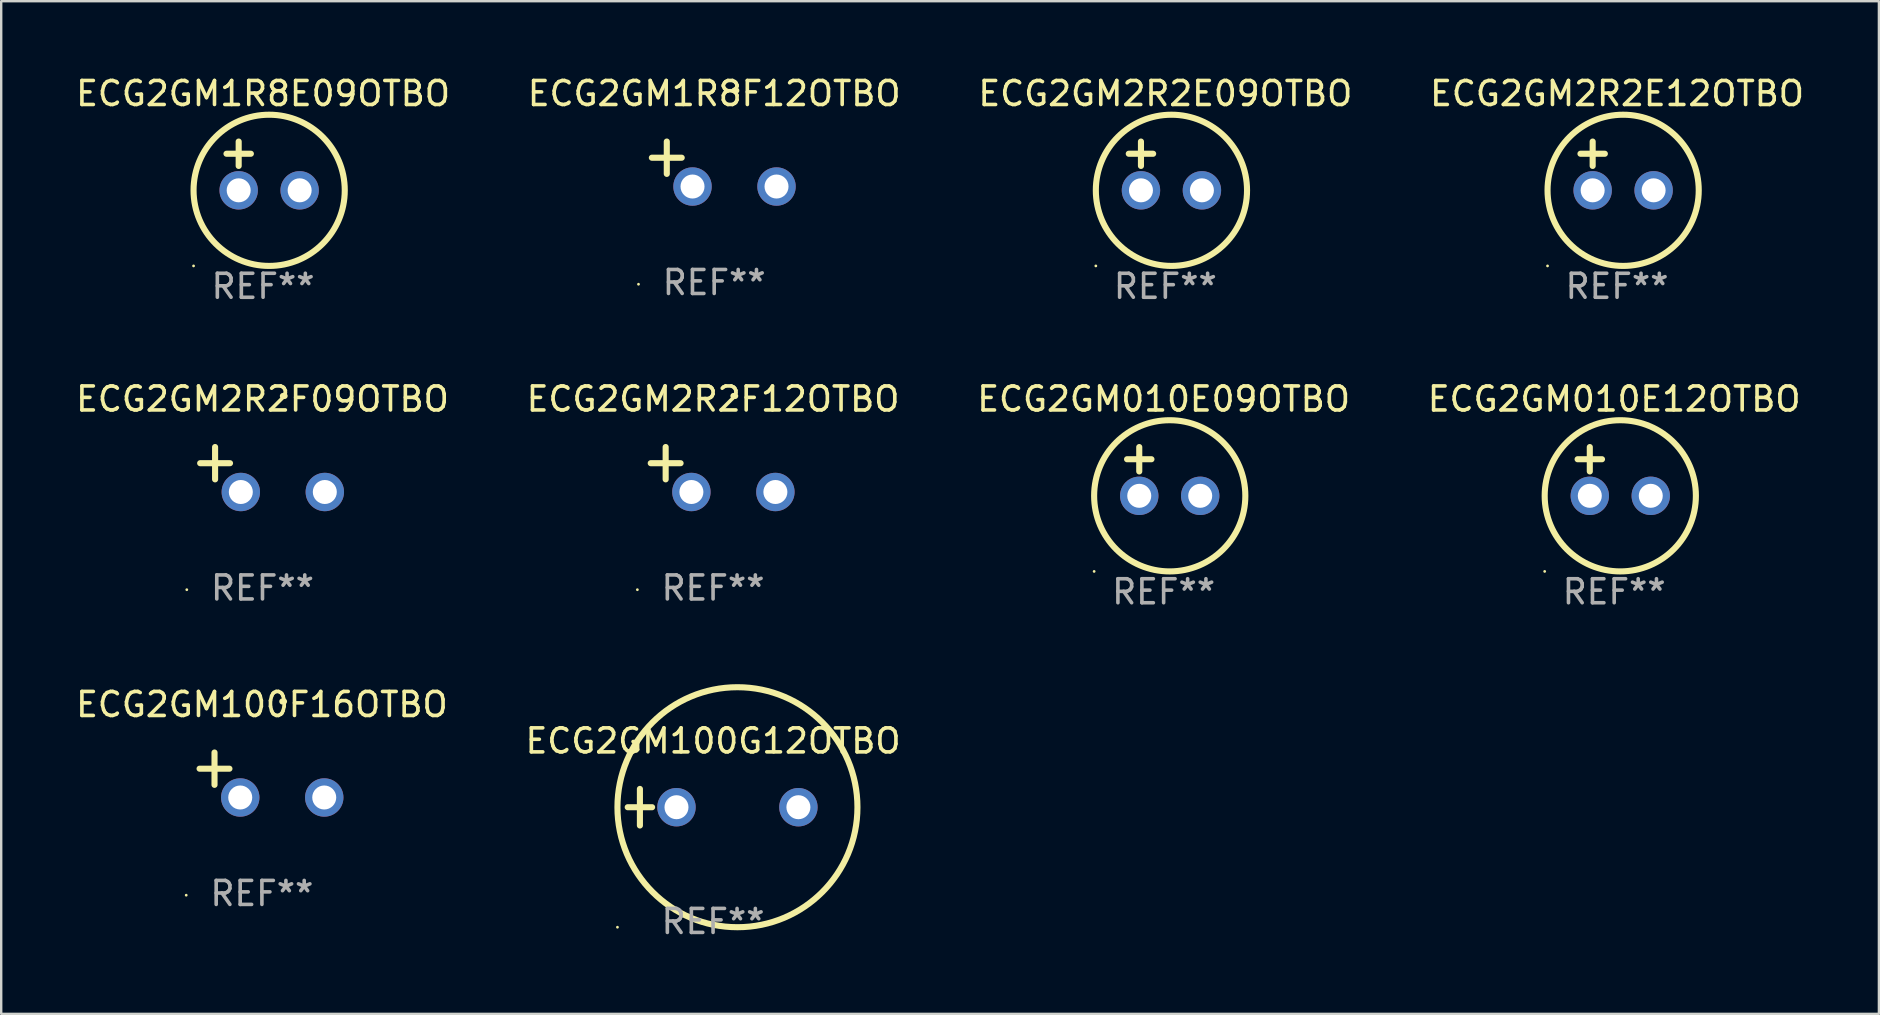
<source format=kicad_pcb>
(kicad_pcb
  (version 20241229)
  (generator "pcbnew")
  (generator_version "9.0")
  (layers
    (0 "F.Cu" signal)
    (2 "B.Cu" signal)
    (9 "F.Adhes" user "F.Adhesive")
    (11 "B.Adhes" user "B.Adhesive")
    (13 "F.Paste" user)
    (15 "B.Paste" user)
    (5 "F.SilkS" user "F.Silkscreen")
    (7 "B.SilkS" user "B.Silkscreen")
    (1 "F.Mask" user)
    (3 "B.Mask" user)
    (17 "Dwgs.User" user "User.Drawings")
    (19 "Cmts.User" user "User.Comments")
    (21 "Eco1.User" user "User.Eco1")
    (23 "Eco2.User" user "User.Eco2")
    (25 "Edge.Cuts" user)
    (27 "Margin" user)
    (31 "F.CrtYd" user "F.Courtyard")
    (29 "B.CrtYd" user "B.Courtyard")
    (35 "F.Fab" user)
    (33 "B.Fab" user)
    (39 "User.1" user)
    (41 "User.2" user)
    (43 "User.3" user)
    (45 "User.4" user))
  (footprint "ECG2GM2R2F09OTBO"
    (layer "F.Cu")
    (at 7.887 16.513)
    (property "Reference" "ECG2GM2R2F09OTBO" (at 0 -2.937 0) (layer "F.SilkS") (effects (font (size 1 1) (thickness 0.15))))
    (attr through_hole)
    (fp_line (start -1.975 0.41) (end -1.975 -0.937) (stroke (width 0.254) (type solid)) (layer "F.SilkS"))
    (fp_line (start -1.353 -0.263) (end -2.597 -0.263) (stroke (width 0.254) (type solid)) (layer "F.SilkS"))
    (fp_arc (start 0.849809 -3.063957) (mid 0.885369 -3.064114) (end 0.920929 -3.063957) (stroke (width 0.254001) (type solid)) (layer "F.SilkS"))
    (fp_circle (center -3.154 5.008) (end -3.124 5.008) (stroke (width 0.06) (type solid)) (fill no) (layer "F.SilkS"))
    (fp_text user "REF**" (at 0 4.937 0) (layer "F.Fab") (effects (font (size 1 1) (thickness 0.15))))
    (pad "1" thru_hole circle (at -0.903 0.937) (size 1.6 1.6) (drill 1) (layers "*.Cu" "*.Mask"))
    (pad "2" thru_hole circle (at 2.597 0.937) (size 1.6 1.6) (drill 1) (layers "*.Cu" "*.Mask")))
  (footprint "ECG2GM2R2E09OTBO"
    (layer "F.Cu")
    (at 45.506 3.864)
    (property "Reference" "ECG2GM2R2E09OTBO" (at 0 -3.016 0) (layer "F.SilkS") (effects (font (size 1 1) (thickness 0.15))))
    (attr through_hole)
    (fp_line (start -1.524 -0.508) (end -0.508 -0.508) (stroke (width 0.254) (type solid)) (layer "F.SilkS"))
    (fp_line (start -1.016 -1.016) (end -1.016 0) (stroke (width 0.254) (type solid)) (layer "F.SilkS"))
    (fp_circle (center -2.896 4.166) (end -2.866 4.166) (stroke (width 0.06) (type solid)) (fill no) (layer "F.SilkS"))
    (fp_circle (center 0.254 1.016) (end 3.404 1.016) (stroke (width 0.254) (type solid)) (fill no) (layer "F.SilkS"))
    (fp_text user "REF**" (at 0 5.016 0) (layer "F.Fab") (effects (font (size 1 1) (thickness 0.15))))
    (pad "1" thru_hole circle (at -1.016 1.016) (size 1.6 1.6) (drill 1) (layers "*.Cu" "*.Mask"))
    (pad "2" thru_hole circle (at 1.524 1.016) (size 1.6 1.6) (drill 1) (layers "*.Cu" "*.Mask")))
  (footprint "ECG2GM100F16OTBO"
    (layer "F.Cu")
    (at 7.863 29.242)
    (property "Reference" "ECG2GM100F16OTBO" (at 0 -2.937 0) (layer "F.SilkS") (effects (font (size 1 1) (thickness 0.15))))
    (attr through_hole)
    (fp_line (start -1.975 0.41) (end -1.975 -0.937) (stroke (width 0.254) (type solid)) (layer "F.SilkS"))
    (fp_line (start -1.353 -0.263) (end -2.597 -0.263) (stroke (width 0.254) (type solid)) (layer "F.SilkS"))
    (fp_arc (start 0.849809 -3.063957) (mid 0.885369 -3.064114) (end 0.920929 -3.063957) (stroke (width 0.254001) (type solid)) (layer "F.SilkS"))
    (fp_circle (center -3.154 5.008) (end -3.124 5.008) (stroke (width 0.06) (type solid)) (fill no) (layer "F.SilkS"))
    (fp_text user "REF**" (at 0 4.937 0) (layer "F.Fab") (effects (font (size 1 1) (thickness 0.15))))
    (pad "1" thru_hole circle (at -0.903 0.937) (size 1.6 1.6) (drill 1) (layers "*.Cu" "*.Mask"))
    (pad "2" thru_hole circle (at 2.597 0.937) (size 1.6 1.6) (drill 1) (layers "*.Cu" "*.Mask")))
  (footprint "ECG2GM010E12OTBO"
    (layer "F.Cu")
    (at 64.208 16.593)
    (property "Reference" "ECG2GM010E12OTBO" (at 0 -3.016 0) (layer "F.SilkS") (effects (font (size 1 1) (thickness 0.15))))
    (attr through_hole)
    (fp_line (start -1.524 -0.508) (end -0.508 -0.508) (stroke (width 0.254) (type solid)) (layer "F.SilkS"))
    (fp_line (start -1.016 -1.016) (end -1.016 0) (stroke (width 0.254) (type solid)) (layer "F.SilkS"))
    (fp_circle (center -2.896 4.166) (end -2.866 4.166) (stroke (width 0.06) (type solid)) (fill no) (layer "F.SilkS"))
    (fp_circle (center 0.254 1.016) (end 3.404 1.016) (stroke (width 0.254) (type solid)) (fill no) (layer "F.SilkS"))
    (fp_text user "REF**" (at 0 5.016 0) (layer "F.Fab") (effects (font (size 1 1) (thickness 0.15))))
    (pad "1" thru_hole circle (at -1.016 1.016) (size 1.6 1.6) (drill 1) (layers "*.Cu" "*.Mask"))
    (pad "2" thru_hole circle (at 1.524 1.016) (size 1.6 1.6) (drill 1) (layers "*.Cu" "*.Mask")))
  (footprint "ECG2GM2R2E12OTBO"
    (layer "F.Cu")
    (at 64.327 3.864)
    (property "Reference" "ECG2GM2R2E12OTBO" (at 0 -3.016 0) (layer "F.SilkS") (effects (font (size 1 1) (thickness 0.15))))
    (attr through_hole)
    (fp_line (start -1.524 -0.508) (end -0.508 -0.508) (stroke (width 0.254) (type solid)) (layer "F.SilkS"))
    (fp_line (start -1.016 -1.016) (end -1.016 0) (stroke (width 0.254) (type solid)) (layer "F.SilkS"))
    (fp_circle (center -2.896 4.166) (end -2.866 4.166) (stroke (width 0.06) (type solid)) (fill no) (layer "F.SilkS"))
    (fp_circle (center 0.254 1.016) (end 3.404 1.016) (stroke (width 0.254) (type solid)) (fill no) (layer "F.SilkS"))
    (fp_text user "REF**" (at 0 5.016 0) (layer "F.Fab") (effects (font (size 1 1) (thickness 0.15))))
    (pad "1" thru_hole circle (at -1.016 1.016) (size 1.6 1.6) (drill 1) (layers "*.Cu" "*.Mask"))
    (pad "2" thru_hole circle (at 1.524 1.016) (size 1.6 1.6) (drill 1) (layers "*.Cu" "*.Mask")))
  (footprint "ECG2GM100G12OTBO"
    (layer "F.Cu")
    (at 26.661 30.584)
    (property "Reference" "ECG2GM100G12OTBO" (at 0 -2.762 0) (layer "F.SilkS") (effects (font (size 1 1) (thickness 0.15))))
    (attr through_hole)
    (fp_line (start -3.556 0) (end -2.54 0) (stroke (width 0.254) (type solid)) (layer "F.SilkS"))
    (fp_line (start -3.048 -0.762) (end -3.048 0.762) (stroke (width 0.254) (type solid)) (layer "F.SilkS"))
    (fp_circle (center -3.984 5) (end -3.954 5) (stroke (width 0.06) (type solid)) (fill no) (layer "F.SilkS"))
    (fp_circle (center 1.016 0) (end 6.016 0) (stroke (width 0.254) (type solid)) (fill no) (layer "F.SilkS"))
    (fp_text user "REF**" (at 0 4.762 0) (layer "F.Fab") (effects (font (size 1 1) (thickness 0.15))))
    (pad "1" thru_hole circle (at -1.524 0) (size 1.6 1.6) (drill 1) (layers "*.Cu" "*.Mask"))
    (pad "2" thru_hole circle (at 3.556 0) (size 1.6 1.6) (drill 1) (layers "*.Cu" "*.Mask")))
  (footprint "ECG2GM010E09OTBO"
    (layer "F.Cu")
    (at 45.435 16.593)
    (property "Reference" "ECG2GM010E09OTBO" (at 0 -3.016 0) (layer "F.SilkS") (effects (font (size 1 1) (thickness 0.15))))
    (attr through_hole)
    (fp_line (start -1.524 -0.508) (end -0.508 -0.508) (stroke (width 0.254) (type solid)) (layer "F.SilkS"))
    (fp_line (start -1.016 -1.016) (end -1.016 0) (stroke (width 0.254) (type solid)) (layer "F.SilkS"))
    (fp_circle (center -2.896 4.166) (end -2.866 4.166) (stroke (width 0.06) (type solid)) (fill no) (layer "F.SilkS"))
    (fp_circle (center 0.254 1.016) (end 3.404 1.016) (stroke (width 0.254) (type solid)) (fill no) (layer "F.SilkS"))
    (fp_text user "REF**" (at 0 5.016 0) (layer "F.Fab") (effects (font (size 1 1) (thickness 0.15))))
    (pad "1" thru_hole circle (at -1.016 1.016) (size 1.6 1.6) (drill 1) (layers "*.Cu" "*.Mask"))
    (pad "2" thru_hole circle (at 1.524 1.016) (size 1.6 1.6) (drill 1) (layers "*.Cu" "*.Mask")))
  (footprint "ECG2GM2R2F12OTBO"
    (layer "F.Cu")
    (at 26.661 16.513)
    (property "Reference" "ECG2GM2R2F12OTBO" (at 0 -2.937 0) (layer "F.SilkS") (effects (font (size 1 1) (thickness 0.15))))
    (attr through_hole)
    (fp_line (start -1.975 0.41) (end -1.975 -0.937) (stroke (width 0.254) (type solid)) (layer "F.SilkS"))
    (fp_line (start -1.353 -0.263) (end -2.597 -0.263) (stroke (width 0.254) (type solid)) (layer "F.SilkS"))
    (fp_arc (start 0.849809 -3.063957) (mid 0.885369 -3.064114) (end 0.920929 -3.063957) (stroke (width 0.254001) (type solid)) (layer "F.SilkS"))
    (fp_circle (center -3.154 5.008) (end -3.124 5.008) (stroke (width 0.06) (type solid)) (fill no) (layer "F.SilkS"))
    (fp_text user "REF**" (at 0 4.937 0) (layer "F.Fab") (effects (font (size 1 1) (thickness 0.15))))
    (pad "1" thru_hole circle (at -0.903 0.937) (size 1.6 1.6) (drill 1) (layers "*.Cu" "*.Mask"))
    (pad "2" thru_hole circle (at 2.597 0.937) (size 1.6 1.6) (drill 1) (layers "*.Cu" "*.Mask")))
  (footprint "ECG2GM1R8E09OTBO"
    (layer "F.Cu")
    (at 7.911 3.864)
    (property "Reference" "ECG2GM1R8E09OTBO" (at 0 -3.016 0) (layer "F.SilkS") (effects (font (size 1 1) (thickness 0.15))))
    (attr through_hole)
    (fp_line (start -1.524 -0.508) (end -0.508 -0.508) (stroke (width 0.254) (type solid)) (layer "F.SilkS"))
    (fp_line (start -1.016 -1.016) (end -1.016 0) (stroke (width 0.254) (type solid)) (layer "F.SilkS"))
    (fp_circle (center -2.896 4.166) (end -2.866 4.166) (stroke (width 0.06) (type solid)) (fill no) (layer "F.SilkS"))
    (fp_circle (center 0.254 1.016) (end 3.404 1.016) (stroke (width 0.254) (type solid)) (fill no) (layer "F.SilkS"))
    (fp_text user "REF**" (at 0 5.016 0) (layer "F.Fab") (effects (font (size 1 1) (thickness 0.15))))
    (pad "1" thru_hole circle (at -1.016 1.016) (size 1.6 1.6) (drill 1) (layers "*.Cu" "*.Mask"))
    (pad "2" thru_hole circle (at 1.524 1.016) (size 1.6 1.6) (drill 1) (layers "*.Cu" "*.Mask")))
  (footprint "ECG2GM1R8F12OTBO"
    (layer "F.Cu")
    (at 26.708 3.785)
    (property "Reference" "ECG2GM1R8F12OTBO" (at 0 -2.937 0) (layer "F.SilkS") (effects (font (size 1 1) (thickness 0.15))))
    (attr through_hole)
    (fp_line (start -1.975 0.41) (end -1.975 -0.937) (stroke (width 0.254) (type solid)) (layer "F.SilkS"))
    (fp_line (start -1.353 -0.263) (end -2.597 -0.263) (stroke (width 0.254) (type solid)) (layer "F.SilkS"))
    (fp_arc (start 0.849809 -3.063957) (mid 0.885369 -3.064114) (end 0.920929 -3.063957) (stroke (width 0.254001) (type solid)) (layer "F.SilkS"))
    (fp_circle (center -3.154 5.008) (end -3.124 5.008) (stroke (width 0.06) (type solid)) (fill no) (layer "F.SilkS"))
    (fp_text user "REF**" (at 0 4.937 0) (layer "F.Fab") (effects (font (size 1 1) (thickness 0.15))))
    (pad "1" thru_hole circle (at -0.903 0.937) (size 1.6 1.6) (drill 1) (layers "*.Cu" "*.Mask"))
    (pad "2" thru_hole circle (at 2.597 0.937) (size 1.6 1.6) (drill 1) (layers "*.Cu" "*.Mask")))
  (gr_rect
    (start -3 -3)
    (end 75.238 39.194)
    (stroke (width 0.1) (type default))
    (fill no)
    (layer "Edge.Cuts")))
</source>
